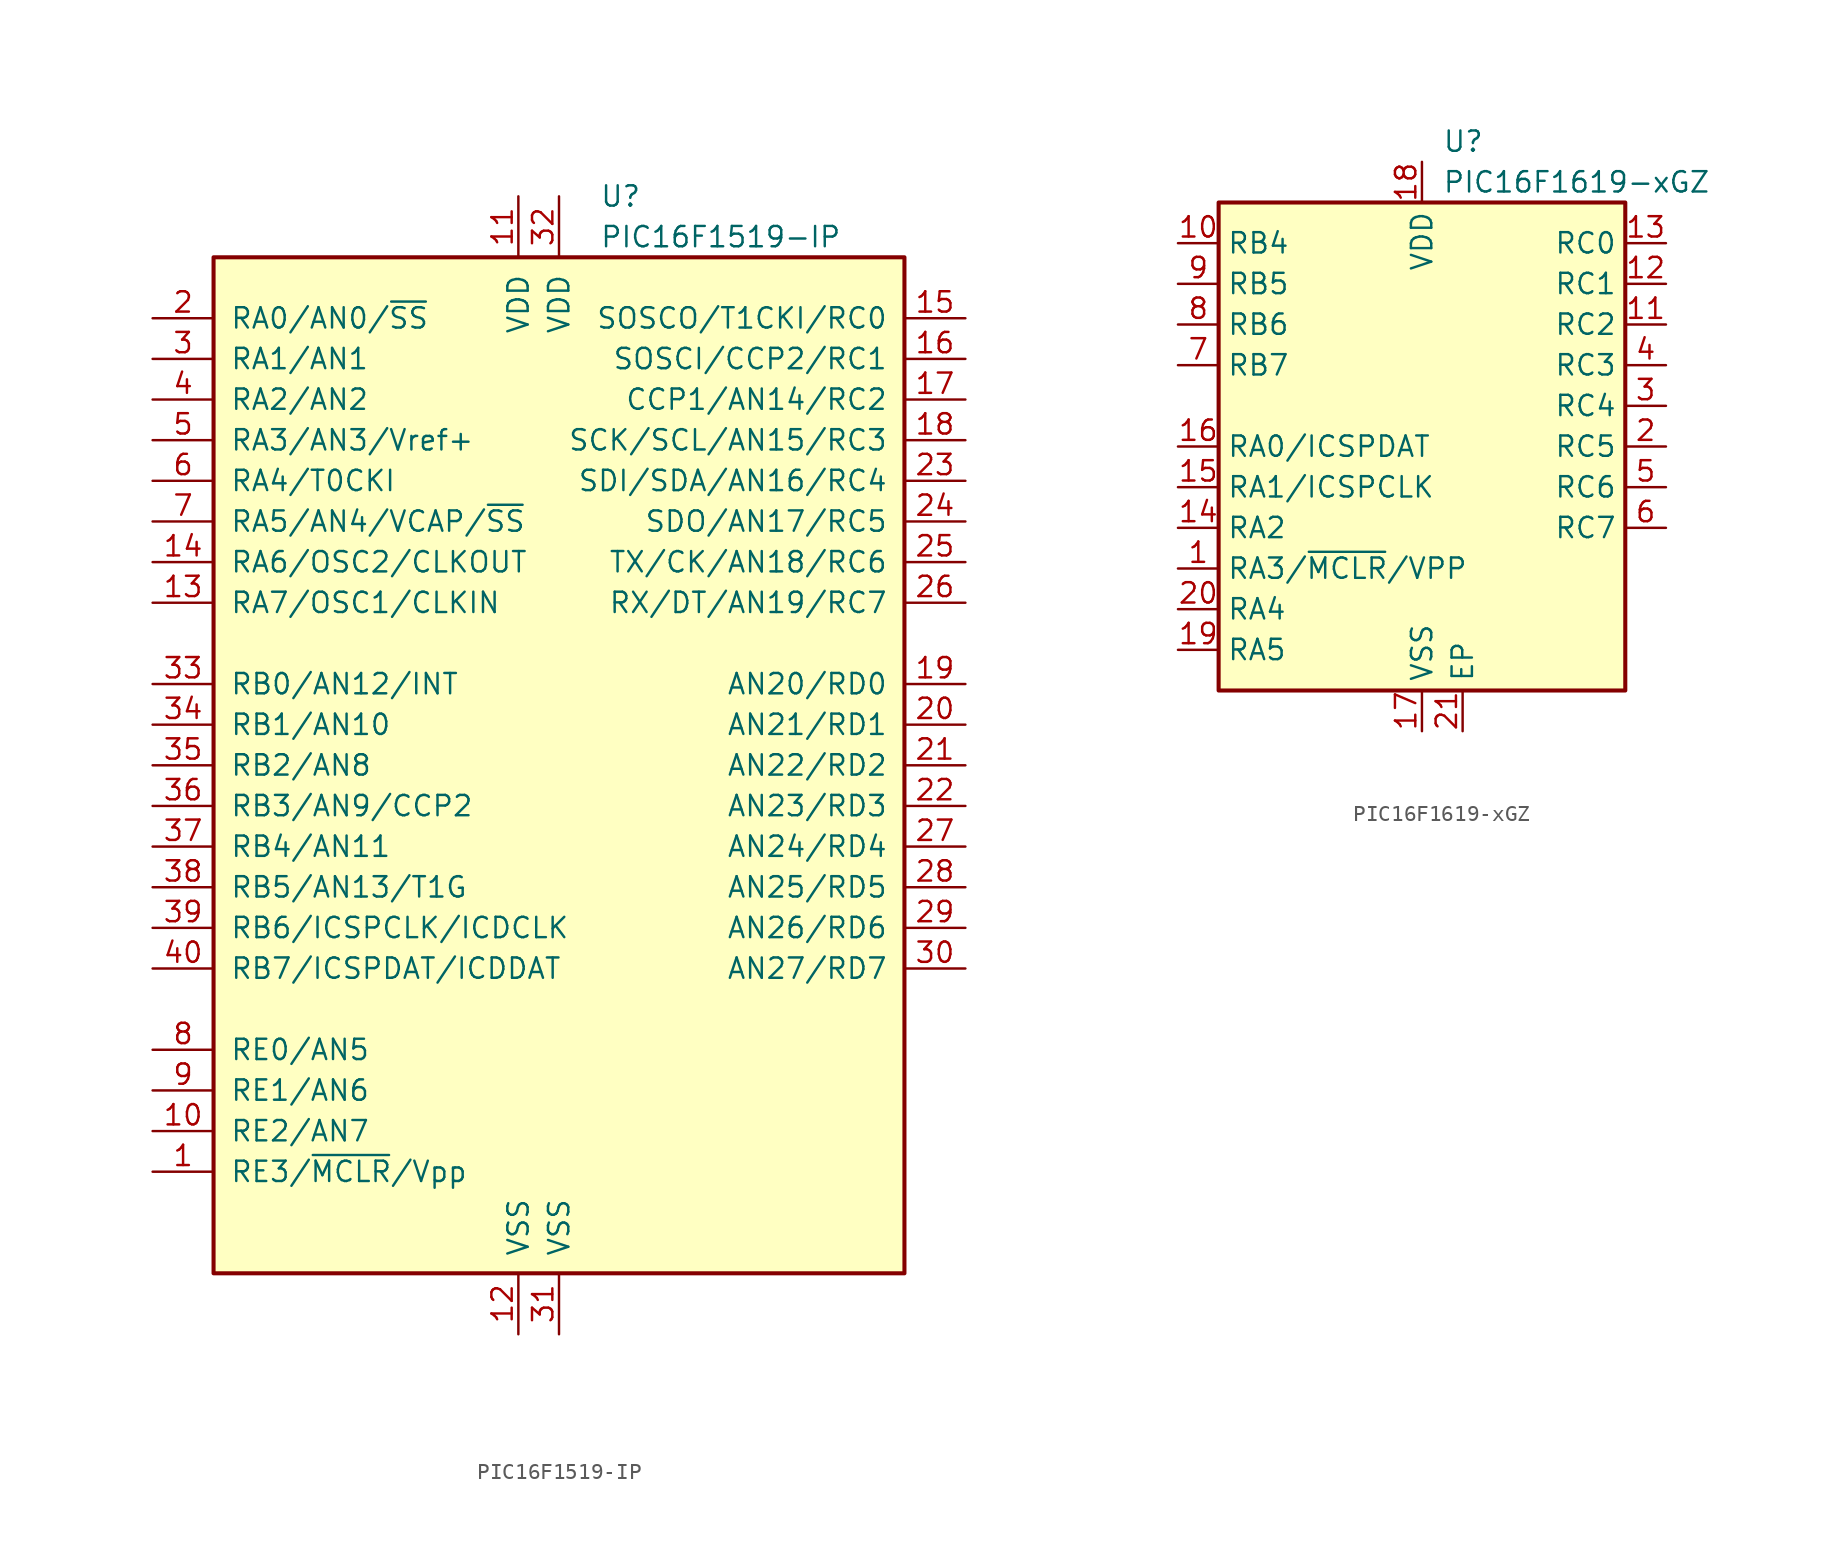
<source format=kicad_sym>
(kicad_symbol_lib
  (version 20220914)
  (generator kicad_symbol_editor)
  (symbol "PIC16F1519-IP"
    (pin_names
      (offset 1.016))
    (property "Reference" "U"
      (at 2.54 35.56 0)
      (effects (font (size 1.27 1.27)) (justify left)))
    (property "Value" "PIC16F1519-IP"
      (at 2.54 33.02 0)
      (effects (font (size 1.27 1.27)) (justify left)))
    (symbol "PIC16F1519-IP_0_1"
      (rectangle (start -21.59 31.75) (end 21.59 -31.75) (stroke (width 0.254) (type default)) (fill (type background))))
    (symbol "PIC16F1519-IP_1_1"
      (pin input line (at -25.4 -25.4 0) (length 3.81) (name "RE3/~{MCLR}/Vpp" (effects (font (size 1.27 1.27)))) (number "1" (effects (font (size 1.27 1.27)))))
      (pin bidirectional line (at -25.4 -22.86 0) (length 3.81) (name "RE2/AN7" (effects (font (size 1.27 1.27)))) (number "10" (effects (font (size 1.27 1.27)))))
      (pin power_in line (at -2.54 35.56 270) (length 3.81) (name "VDD" (effects (font (size 1.27 1.27)))) (number "11" (effects (font (size 1.27 1.27)))))
      (pin power_in line (at -2.54 -35.56 90) (length 3.81) (name "VSS" (effects (font (size 1.27 1.27)))) (number "12" (effects (font (size 1.27 1.27)))))
      (pin bidirectional line (at -25.4 10.16 0) (length 3.81) (name "RA7/OSC1/CLKIN" (effects (font (size 1.27 1.27)))) (number "13" (effects (font (size 1.27 1.27)))))
      (pin bidirectional line (at -25.4 12.7 0) (length 3.81) (name "RA6/OSC2/CLKOUT" (effects (font (size 1.27 1.27)))) (number "14" (effects (font (size 1.27 1.27)))))
      (pin bidirectional line (at 25.4 27.94 180) (length 3.81) (name "SOSCO/T1CKI/RC0" (effects (font (size 1.27 1.27)))) (number "15" (effects (font (size 1.27 1.27)))))
      (pin bidirectional line (at 25.4 25.4 180) (length 3.81) (name "SOSCI/CCP2/RC1" (effects (font (size 1.27 1.27)))) (number "16" (effects (font (size 1.27 1.27)))))
      (pin bidirectional line (at 25.4 22.86 180) (length 3.81) (name "CCP1/AN14/RC2" (effects (font (size 1.27 1.27)))) (number "17" (effects (font (size 1.27 1.27)))))
      (pin bidirectional line (at 25.4 20.32 180) (length 3.81) (name "SCK/SCL/AN15/RC3" (effects (font (size 1.27 1.27)))) (number "18" (effects (font (size 1.27 1.27)))))
      (pin bidirectional line (at 25.4 5.08 180) (length 3.81) (name "AN20/RD0" (effects (font (size 1.27 1.27)))) (number "19" (effects (font (size 1.27 1.27)))))
      (pin bidirectional line (at -25.4 27.94 0) (length 3.81) (name "RA0/AN0/~{SS}" (effects (font (size 1.27 1.27)))) (number "2" (effects (font (size 1.27 1.27)))))
      (pin bidirectional line (at 25.4 2.54 180) (length 3.81) (name "AN21/RD1" (effects (font (size 1.27 1.27)))) (number "20" (effects (font (size 1.27 1.27)))))
      (pin bidirectional line (at 25.4 0 180) (length 3.81) (name "AN22/RD2" (effects (font (size 1.27 1.27)))) (number "21" (effects (font (size 1.27 1.27)))))
      (pin bidirectional line (at 25.4 -2.54 180) (length 3.81) (name "AN23/RD3" (effects (font (size 1.27 1.27)))) (number "22" (effects (font (size 1.27 1.27)))))
      (pin bidirectional line (at 25.4 17.78 180) (length 3.81) (name "SDI/SDA/AN16/RC4" (effects (font (size 1.27 1.27)))) (number "23" (effects (font (size 1.27 1.27)))))
      (pin bidirectional line (at 25.4 15.24 180) (length 3.81) (name "SDO/AN17/RC5" (effects (font (size 1.27 1.27)))) (number "24" (effects (font (size 1.27 1.27)))))
      (pin bidirectional line (at 25.4 12.7 180) (length 3.81) (name "TX/CK/AN18/RC6" (effects (font (size 1.27 1.27)))) (number "25" (effects (font (size 1.27 1.27)))))
      (pin bidirectional line (at 25.4 10.16 180) (length 3.81) (name "RX/DT/AN19/RC7" (effects (font (size 1.27 1.27)))) (number "26" (effects (font (size 1.27 1.27)))))
      (pin bidirectional line (at 25.4 -5.08 180) (length 3.81) (name "AN24/RD4" (effects (font (size 1.27 1.27)))) (number "27" (effects (font (size 1.27 1.27)))))
      (pin bidirectional line (at 25.4 -7.62 180) (length 3.81) (name "AN25/RD5" (effects (font (size 1.27 1.27)))) (number "28" (effects (font (size 1.27 1.27)))))
      (pin bidirectional line (at 25.4 -10.16 180) (length 3.81) (name "AN26/RD6" (effects (font (size 1.27 1.27)))) (number "29" (effects (font (size 1.27 1.27)))))
      (pin bidirectional line (at -25.4 25.4 0) (length 3.81) (name "RA1/AN1" (effects (font (size 1.27 1.27)))) (number "3" (effects (font (size 1.27 1.27)))))
      (pin bidirectional line (at 25.4 -12.7 180) (length 3.81) (name "AN27/RD7" (effects (font (size 1.27 1.27)))) (number "30" (effects (font (size 1.27 1.27)))))
      (pin power_in line (at 0 -35.56 90) (length 3.81) (name "VSS" (effects (font (size 1.27 1.27)))) (number "31" (effects (font (size 1.27 1.27)))))
      (pin power_in line (at 0 35.56 270) (length 3.81) (name "VDD" (effects (font (size 1.27 1.27)))) (number "32" (effects (font (size 1.27 1.27)))))
      (pin bidirectional line (at -25.4 5.08 0) (length 3.81) (name "RB0/AN12/INT" (effects (font (size 1.27 1.27)))) (number "33" (effects (font (size 1.27 1.27)))))
      (pin bidirectional line (at -25.4 2.54 0) (length 3.81) (name "RB1/AN10" (effects (font (size 1.27 1.27)))) (number "34" (effects (font (size 1.27 1.27)))))
      (pin bidirectional line (at -25.4 0 0) (length 3.81) (name "RB2/AN8" (effects (font (size 1.27 1.27)))) (number "35" (effects (font (size 1.27 1.27)))))
      (pin bidirectional line (at -25.4 -2.54 0) (length 3.81) (name "RB3/AN9/CCP2" (effects (font (size 1.27 1.27)))) (number "36" (effects (font (size 1.27 1.27)))))
      (pin bidirectional line (at -25.4 -5.08 0) (length 3.81) (name "RB4/AN11" (effects (font (size 1.27 1.27)))) (number "37" (effects (font (size 1.27 1.27)))))
      (pin bidirectional line (at -25.4 -7.62 0) (length 3.81) (name "RB5/AN13/T1G" (effects (font (size 1.27 1.27)))) (number "38" (effects (font (size 1.27 1.27)))))
      (pin bidirectional line (at -25.4 -10.16 0) (length 3.81) (name "RB6/ICSPCLK/ICDCLK" (effects (font (size 1.27 1.27)))) (number "39" (effects (font (size 1.27 1.27)))))
      (pin bidirectional line (at -25.4 22.86 0) (length 3.81) (name "RA2/AN2" (effects (font (size 1.27 1.27)))) (number "4" (effects (font (size 1.27 1.27)))))
      (pin bidirectional line (at -25.4 -12.7 0) (length 3.81) (name "RB7/ICSPDAT/ICDDAT" (effects (font (size 1.27 1.27)))) (number "40" (effects (font (size 1.27 1.27)))))
      (pin bidirectional line (at -25.4 20.32 0) (length 3.81) (name "RA3/AN3/Vref+" (effects (font (size 1.27 1.27)))) (number "5" (effects (font (size 1.27 1.27)))))
      (pin bidirectional line (at -25.4 17.78 0) (length 3.81) (name "RA4/T0CKI" (effects (font (size 1.27 1.27)))) (number "6" (effects (font (size 1.27 1.27)))))
      (pin bidirectional line (at -25.4 15.24 0) (length 3.81) (name "RA5/AN4/VCAP/~{SS}" (effects (font (size 1.27 1.27)))) (number "7" (effects (font (size 1.27 1.27)))))
      (pin bidirectional line (at -25.4 -17.78 0) (length 3.81) (name "RE0/AN5" (effects (font (size 1.27 1.27)))) (number "8" (effects (font (size 1.27 1.27)))))
      (pin bidirectional line (at -25.4 -20.32 0) (length 3.81) (name "RE1/AN6" (effects (font (size 1.27 1.27)))) (number "9" (effects (font (size 1.27 1.27)))))))
  (symbol "PIC16F1619-xGZ"
    (property "Reference" "U"
      (at 1.27 19.05 0)
      (effects (font (size 1.27 1.27)) (justify left)))
    (property "Value" "PIC16F1619-xGZ"
      (at 1.27 16.51 0)
      (effects (font (size 1.27 1.27)) (justify left)))
    (symbol "PIC16F1619-xGZ_0_0"
      (pin passive line (at 2.54 -17.78 90) (length 2.54) (name "EP" (effects (font (size 1.27 1.27)))) (number "21" (effects (font (size 1.27 1.27))))))
    (symbol "PIC16F1619-xGZ_0_1"
      (rectangle (start -12.7 15.24) (end 12.7 -15.24) (stroke (width 0.254) (type default)) (fill (type background))))
    (symbol "PIC16F1619-xGZ_1_1"
      (pin bidirectional line (at -15.24 -7.62 0) (length 2.54) (name "RA3/~{MCLR}/VPP" (effects (font (size 1.27 1.27)))) (number "1" (effects (font (size 1.27 1.27)))))
      (pin bidirectional line (at -15.24 12.7 0) (length 2.54) (name "RB4" (effects (font (size 1.27 1.27)))) (number "10" (effects (font (size 1.27 1.27)))))
      (pin bidirectional line (at 15.24 7.62 180) (length 2.54) (name "RC2" (effects (font (size 1.27 1.27)))) (number "11" (effects (font (size 1.27 1.27)))))
      (pin bidirectional line (at 15.24 10.16 180) (length 2.54) (name "RC1" (effects (font (size 1.27 1.27)))) (number "12" (effects (font (size 1.27 1.27)))))
      (pin bidirectional line (at 15.24 12.7 180) (length 2.54) (name "RC0" (effects (font (size 1.27 1.27)))) (number "13" (effects (font (size 1.27 1.27)))))
      (pin bidirectional line (at -15.24 -5.08 0) (length 2.54) (name "RA2" (effects (font (size 1.27 1.27)))) (number "14" (effects (font (size 1.27 1.27)))))
      (pin bidirectional line (at -15.24 -2.54 0) (length 2.54) (name "RA1/ICSPCLK" (effects (font (size 1.27 1.27)))) (number "15" (effects (font (size 1.27 1.27)))))
      (pin bidirectional line (at -15.24 0 0) (length 2.54) (name "RA0/ICSPDAT" (effects (font (size 1.27 1.27)))) (number "16" (effects (font (size 1.27 1.27)))))
      (pin power_in line (at 0 -17.78 90) (length 2.54) (name "VSS" (effects (font (size 1.27 1.27)))) (number "17" (effects (font (size 1.27 1.27)))))
      (pin power_in line (at 0 17.78 270) (length 2.54) (name "VDD" (effects (font (size 1.27 1.27)))) (number "18" (effects (font (size 1.27 1.27)))))
      (pin bidirectional line (at -15.24 -12.7 0) (length 2.54) (name "RA5" (effects (font (size 1.27 1.27)))) (number "19" (effects (font (size 1.27 1.27)))))
      (pin bidirectional line (at 15.24 0 180) (length 2.54) (name "RC5" (effects (font (size 1.27 1.27)))) (number "2" (effects (font (size 1.27 1.27)))))
      (pin bidirectional line (at -15.24 -10.16 0) (length 2.54) (name "RA4" (effects (font (size 1.27 1.27)))) (number "20" (effects (font (size 1.27 1.27)))))
      (pin bidirectional line (at 15.24 2.54 180) (length 2.54) (name "RC4" (effects (font (size 1.27 1.27)))) (number "3" (effects (font (size 1.27 1.27)))))
      (pin bidirectional line (at 15.24 5.08 180) (length 2.54) (name "RC3" (effects (font (size 1.27 1.27)))) (number "4" (effects (font (size 1.27 1.27)))))
      (pin bidirectional line (at 15.24 -2.54 180) (length 2.54) (name "RC6" (effects (font (size 1.27 1.27)))) (number "5" (effects (font (size 1.27 1.27)))))
      (pin bidirectional line (at 15.24 -5.08 180) (length 2.54) (name "RC7" (effects (font (size 1.27 1.27)))) (number "6" (effects (font (size 1.27 1.27)))))
      (pin bidirectional line (at -15.24 5.08 0) (length 2.54) (name "RB7" (effects (font (size 1.27 1.27)))) (number "7" (effects (font (size 1.27 1.27)))))
      (pin bidirectional line (at -15.24 7.62 0) (length 2.54) (name "RB6" (effects (font (size 1.27 1.27)))) (number "8" (effects (font (size 1.27 1.27)))))
      (pin bidirectional line (at -15.24 10.16 0) (length 2.54) (name "RB5" (effects (font (size 1.27 1.27)))) (number "9" (effects (font (size 1.27 1.27))))))))
</source>
